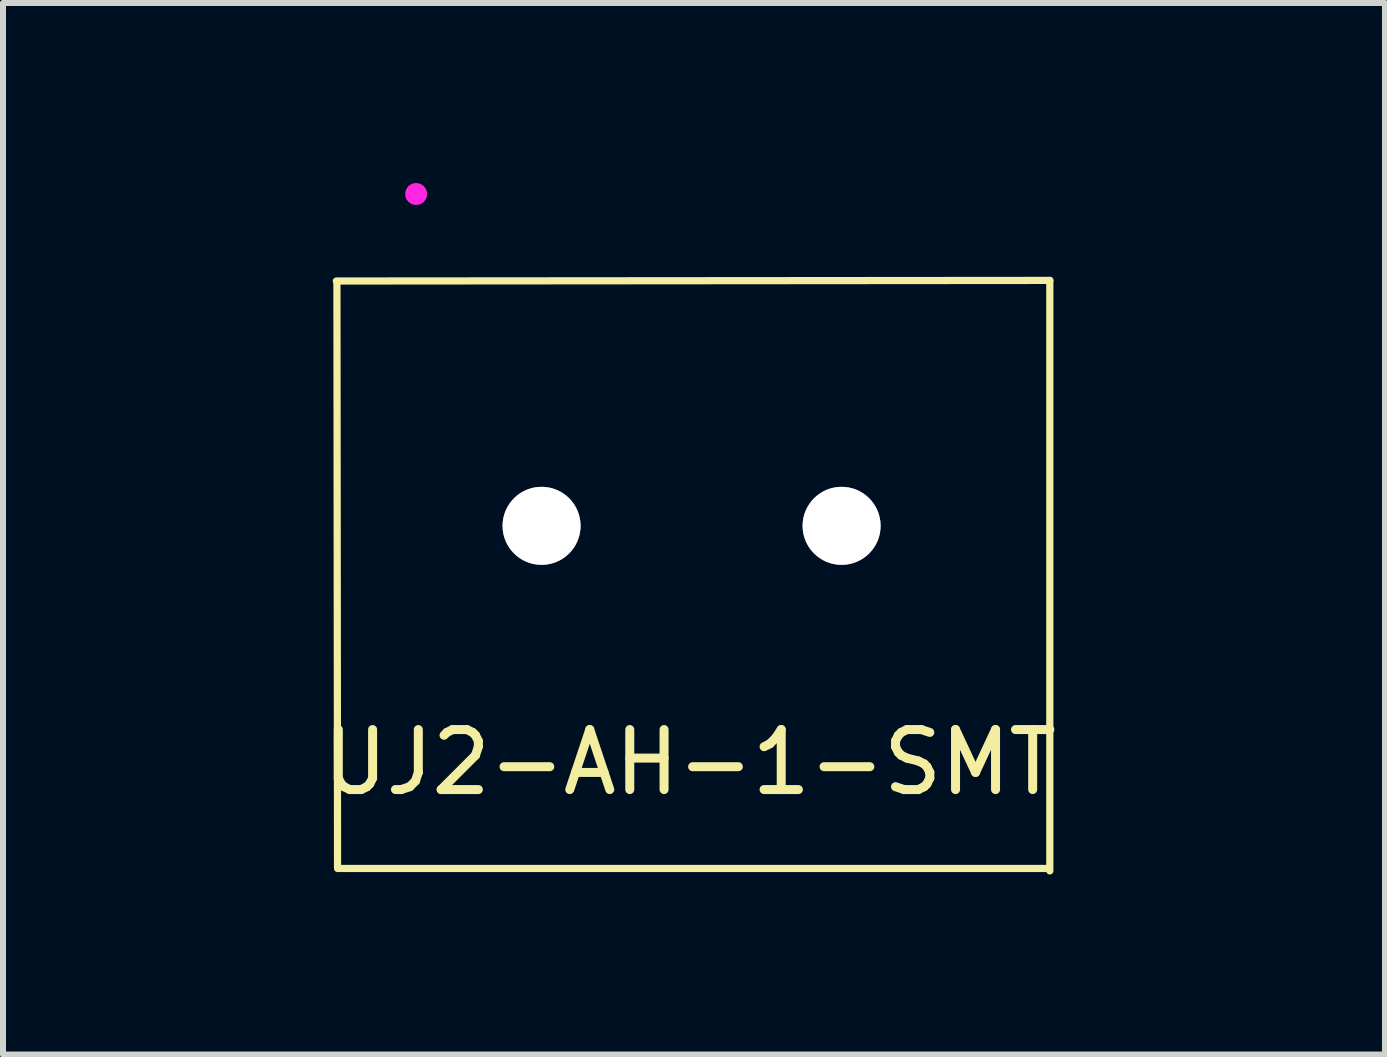
<source format=kicad_pcb>
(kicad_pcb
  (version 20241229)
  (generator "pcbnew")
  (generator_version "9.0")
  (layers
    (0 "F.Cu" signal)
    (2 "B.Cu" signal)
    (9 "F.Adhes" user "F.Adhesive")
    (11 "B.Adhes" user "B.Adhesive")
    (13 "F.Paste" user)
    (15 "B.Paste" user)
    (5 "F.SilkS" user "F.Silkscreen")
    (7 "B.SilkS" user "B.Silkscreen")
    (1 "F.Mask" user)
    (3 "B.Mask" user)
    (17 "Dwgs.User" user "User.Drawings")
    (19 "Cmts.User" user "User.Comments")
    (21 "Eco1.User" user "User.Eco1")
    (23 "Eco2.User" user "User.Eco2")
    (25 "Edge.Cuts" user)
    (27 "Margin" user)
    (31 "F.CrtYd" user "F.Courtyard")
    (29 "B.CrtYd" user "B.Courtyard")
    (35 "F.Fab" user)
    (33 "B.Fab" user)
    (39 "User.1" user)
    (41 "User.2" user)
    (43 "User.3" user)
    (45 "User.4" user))
  (footprint "UJ2-AH-1-SMT"
    (layer "F.Cu")
    (at 8.475 5.713)
    (property "Reference" "UJ2-AH-1-SMT" (at -0.03 3.94 0) (layer "F.SilkS") (effects (font (size 1 1) (thickness 0.15))))
    (attr through_hole)
    (fp_line (start -5.92 -4.08) (end 5.97 -4.09) (stroke (width 0.12) (type solid)) (layer "F.SilkS"))
    (fp_line (start -5.91 -4.07) (end -5.9 5.71) (stroke (width 0.12) (type solid)) (layer "F.SilkS"))
    (fp_line (start 5.96 5.71) (end -5.88 5.71) (stroke (width 0.12) (type solid)) (layer "F.SilkS"))
    (fp_line (start 5.97 -4.09) (end 5.97 5.75) (stroke (width 0.12) (type solid)) (layer "F.SilkS"))
    (fp_poly (pts (xy -8.47 -4.07) (xy -5.89 -4.07) (xy -5.91 1.25) (xy -8.47 1.25)) (stroke (width 0.01) (type solid)) (fill yes) (layer "F.Paste"))
    (fp_poly (pts (xy -4.09 -5.47) (xy -2.93 -5.47) (xy -2.92 -2.83) (xy -4.09 -2.83)) (stroke (width 0.01) (type solid)) (fill yes) (layer "F.Paste"))
    (fp_poly (pts (xy -1.56 -5.47) (xy -0.45 -5.47) (xy -0.45 -2.83) (xy -1.56 -2.83)) (stroke (width 0.01) (type solid)) (fill yes) (layer "F.Paste"))
    (fp_poly (pts (xy 0.42 -5.46) (xy 1.54 -5.46) (xy 1.54 -2.83) (xy 0.42 -2.83)) (stroke (width 0.01) (type solid)) (fill yes) (layer "F.Paste"))
    (fp_poly (pts (xy 2.99 -5.45) (xy 3.98 -5.45) (xy 3.99 -2.83) (xy 2.99 -2.83)) (stroke (width 0.01) (type solid)) (fill yes) (layer "F.Paste"))
    (fp_poly (pts (xy 6.02 -4.19) (xy 8.55 -4.19) (xy 8.55 1.12) (xy 6.02 1.12)) (stroke (width 0.01) (type solid)) (fill yes) (layer "F.Paste"))
    (fp_line (start -8.45 -4.06) (end -8.45 1.09) (stroke (width 0.01) (type solid)) (layer "Eco2.User"))
    (fp_line (start -8.45 1.09) (end -5.95 1.09) (stroke (width 0.01) (type solid)) (layer "Eco2.User"))
    (fp_line (start -5.95 -4.06) (end -8.45 -4.06) (stroke (width 0.01) (type solid)) (layer "Eco2.User"))
    (fp_line (start -5.95 -4.06) (end -5.95 1.09) (stroke (width 0.01) (type solid)) (layer "Eco2.User"))
    (fp_line (start -3.95 -5.34) (end -3.95 -2.84) (stroke (width 0.01) (type solid)) (layer "Eco2.User"))
    (fp_line (start -3.95 -2.84) (end -3.05 -2.84) (stroke (width 0.01) (type solid)) (layer "Eco2.User"))
    (fp_line (start -3.05 -5.34) (end -3.95 -5.34) (stroke (width 0.01) (type solid)) (layer "Eco2.User"))
    (fp_line (start -3.05 -5.34) (end -3.05 -2.84) (stroke (width 0.01) (type solid)) (layer "Eco2.User"))
    (fp_line (start -1.45 -5.33) (end -1.45 -2.83) (stroke (width 0.01) (type solid)) (layer "Eco2.User"))
    (fp_line (start -1.45 -2.83) (end -0.55 -2.83) (stroke (width 0.01) (type solid)) (layer "Eco2.User"))
    (fp_line (start -0.55 -5.33) (end -1.45 -5.33) (stroke (width 0.01) (type solid)) (layer "Eco2.User"))
    (fp_line (start -0.55 -5.33) (end -0.55 -2.83) (stroke (width 0.01) (type solid)) (layer "Eco2.User"))
    (fp_line (start 0.55 -5.33) (end 0.55 -2.83) (stroke (width 0.01) (type solid)) (layer "Eco2.User"))
    (fp_line (start 0.55 -2.83) (end 1.45 -2.83) (stroke (width 0.01) (type solid)) (layer "Eco2.User"))
    (fp_line (start 1.45 -5.33) (end 0.55 -5.33) (stroke (width 0.01) (type solid)) (layer "Eco2.User"))
    (fp_line (start 1.45 -5.33) (end 1.45 -2.83) (stroke (width 0.01) (type solid)) (layer "Eco2.User"))
    (fp_line (start 3.05 -5.33) (end 3.05 -2.83) (stroke (width 0.01) (type solid)) (layer "Eco2.User"))
    (fp_line (start 3.05 -2.83) (end 3.95 -2.83) (stroke (width 0.01) (type solid)) (layer "Eco2.User"))
    (fp_line (start 3.95 -5.33) (end 3.05 -5.33) (stroke (width 0.01) (type solid)) (layer "Eco2.User"))
    (fp_line (start 3.95 -5.33) (end 3.95 -2.83) (stroke (width 0.01) (type solid)) (layer "Eco2.User"))
    (fp_line (start 6.02 -4.06) (end 6.02 1.09) (stroke (width 0.01) (type solid)) (layer "Eco2.User"))
    (fp_line (start 6.02 1.09) (end 8.52 1.09) (stroke (width 0.01) (type solid)) (layer "Eco2.User"))
    (fp_line (start 8.52 -4.06) (end 6.02 -4.06) (stroke (width 0.01) (type solid)) (layer "Eco2.User"))
    (fp_line (start 8.52 -4.06) (end 8.52 1.09) (stroke (width 0.01) (type solid)) (layer "Eco2.User"))
    (fp_circle (center -4.59 -5.53) (end -4.512 -5.48) (stroke (width 0.18) (type solid)) (fill no) (layer "F.CrtYd"))
    (pad "1" thru_hole circle (at -2.5 0) (size 1.3 1.3) (drill 1.3) (layers "*.Mask" "F.Cu"))
    (pad "2" thru_hole circle (at 2.5 0) (size 1.3 1.3) (drill 1.3) (layers "*.Mask" "F.Cu")))
  (gr_rect
    (start -3 -3)
    (end 20.03 14.523)
    (stroke (width 0.1) (type default))
    (fill no)
    (layer "Edge.Cuts")))
</source>
